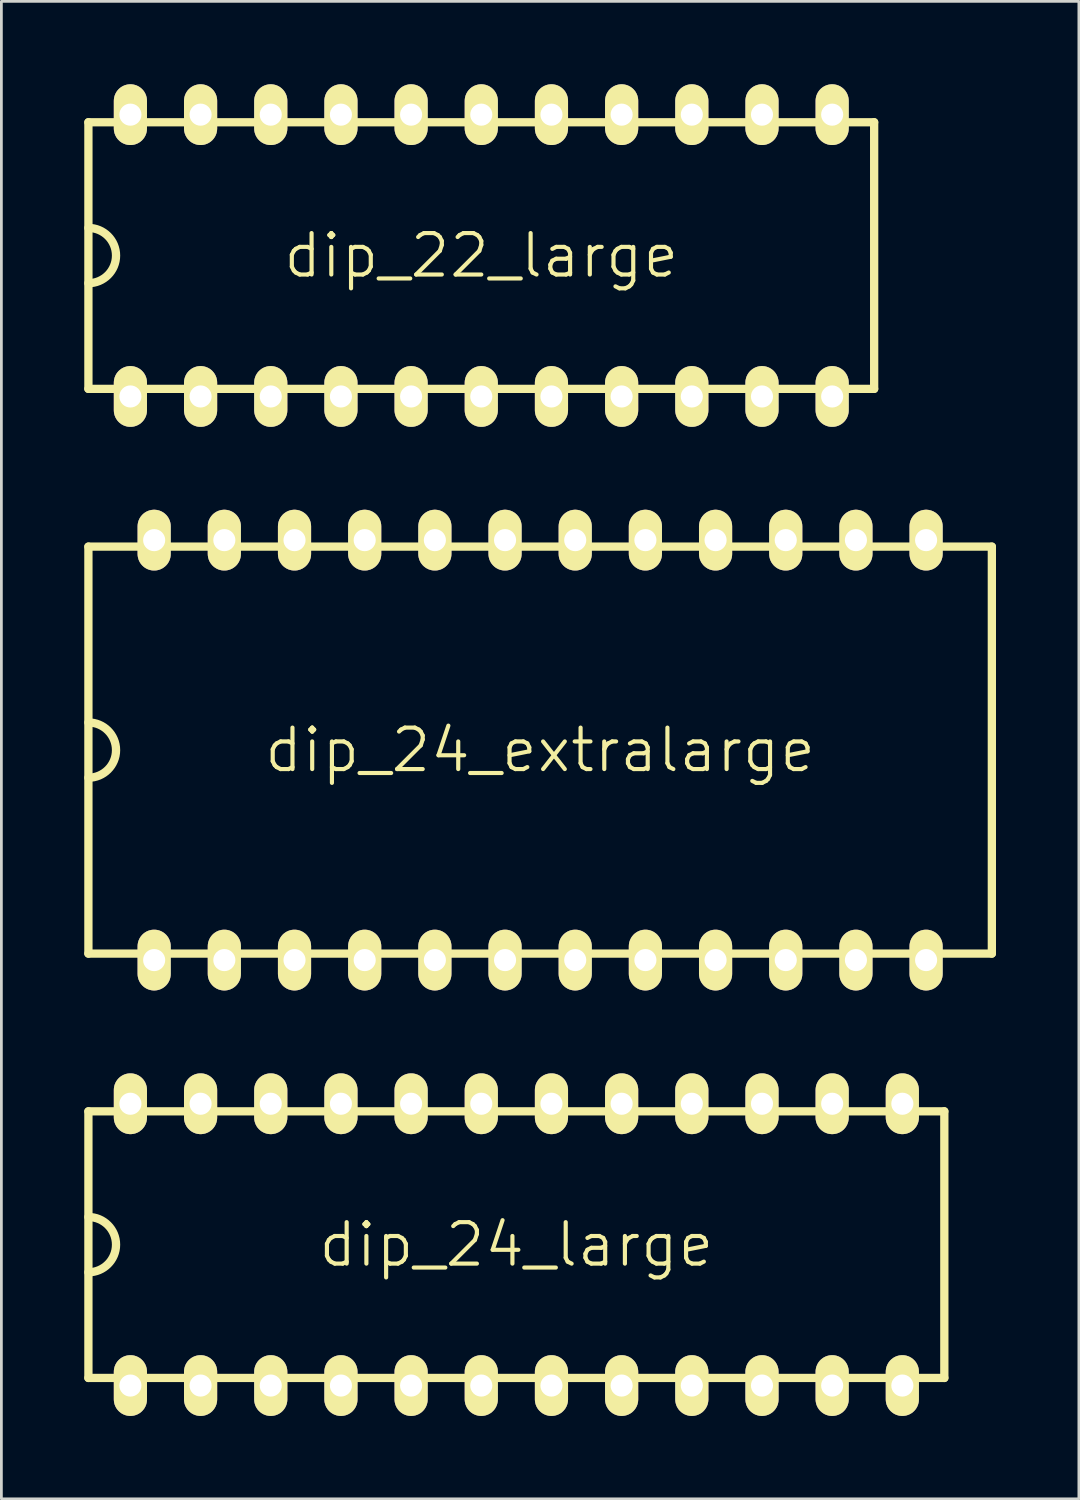
<source format=kicad_pcb>
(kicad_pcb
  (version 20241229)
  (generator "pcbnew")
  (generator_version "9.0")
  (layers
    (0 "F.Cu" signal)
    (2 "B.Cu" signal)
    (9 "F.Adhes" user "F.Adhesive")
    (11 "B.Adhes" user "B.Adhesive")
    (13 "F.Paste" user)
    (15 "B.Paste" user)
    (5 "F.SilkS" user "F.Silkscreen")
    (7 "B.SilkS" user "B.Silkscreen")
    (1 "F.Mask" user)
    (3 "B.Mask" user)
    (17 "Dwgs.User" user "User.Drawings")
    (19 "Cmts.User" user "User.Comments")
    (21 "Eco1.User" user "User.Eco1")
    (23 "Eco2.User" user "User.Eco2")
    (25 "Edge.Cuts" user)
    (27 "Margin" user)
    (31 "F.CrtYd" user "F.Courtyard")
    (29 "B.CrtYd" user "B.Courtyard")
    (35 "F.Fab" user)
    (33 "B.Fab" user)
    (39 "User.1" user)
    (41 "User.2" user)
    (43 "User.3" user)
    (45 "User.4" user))
  (footprint "dip_24_extralarge"
    (layer "F.Cu")
    (at 16.5 24.1)
    (property "Reference" "dip_24_extralarge" (at 0 0 0) (layer "F.SilkS") (effects (font (size 1.5 1.5) (thickness 0.15))))
    (attr through_hole)
    (fp_line (start -16.35 -7.365) (end 16.35 -7.365) (stroke (width 0.3) (type solid)) (layer "F.SilkS"))
    (fp_line (start -16.35 7.365) (end -16.35 -7.365) (stroke (width 0.3) (type solid)) (layer "F.SilkS"))
    (fp_line (start 16.35 -7.365) (end 16.35 7.365) (stroke (width 0.3) (type solid)) (layer "F.SilkS"))
    (fp_line (start 16.35 7.365) (end -16.35 7.365) (stroke (width 0.3) (type solid)) (layer "F.SilkS"))
    (fp_arc (start -16.35 -1) (mid -15.35 0) (end -16.35 1) (stroke (width 0.3) (type solid)) (layer "F.SilkS"))
    (pad "1" thru_hole oval (at -13.97 7.6) (size 1.2 2.2) (drill 0.8) (layers "*.Cu" "*.Mask" "F.SilkS"))
    (pad "2" thru_hole oval (at -11.43 7.6) (size 1.2 2.2) (drill 0.8) (layers "*.Cu" "*.Mask" "F.SilkS"))
    (pad "3" thru_hole oval (at -8.89 7.6) (size 1.2 2.2) (drill 0.8) (layers "*.Cu" "*.Mask" "F.SilkS"))
    (pad "4" thru_hole oval (at -6.35 7.6) (size 1.2 2.2) (drill 0.8) (layers "*.Cu" "*.Mask" "F.SilkS"))
    (pad "5" thru_hole oval (at -3.81 7.6) (size 1.2 2.2) (drill 0.8) (layers "*.Cu" "*.Mask" "F.SilkS"))
    (pad "6" thru_hole oval (at -1.27 7.6) (size 1.2 2.2) (drill 0.8) (layers "*.Cu" "*.Mask" "F.SilkS"))
    (pad "7" thru_hole oval (at 1.27 7.6) (size 1.2 2.2) (drill 0.8) (layers "*.Cu" "*.Mask" "F.SilkS"))
    (pad "8" thru_hole oval (at 3.81 7.6) (size 1.2 2.2) (drill 0.8) (layers "*.Cu" "*.Mask" "F.SilkS"))
    (pad "9" thru_hole oval (at 6.35 7.6) (size 1.2 2.2) (drill 0.8) (layers "*.Cu" "*.Mask" "F.SilkS"))
    (pad "10" thru_hole oval (at 8.89 7.6) (size 1.2 2.2) (drill 0.8) (layers "*.Cu" "*.Mask" "F.SilkS"))
    (pad "11" thru_hole oval (at 11.43 7.6) (size 1.2 2.2) (drill 0.8) (layers "*.Cu" "*.Mask" "F.SilkS"))
    (pad "12" thru_hole oval (at 13.97 7.6) (size 1.2 2.2) (drill 0.8) (layers "*.Cu" "*.Mask" "F.SilkS"))
    (pad "13" thru_hole oval (at 13.97 -7.6) (size 1.2 2.2) (drill 0.8) (layers "*.Cu" "*.Mask" "F.SilkS"))
    (pad "14" thru_hole oval (at 11.43 -7.6) (size 1.2 2.2) (drill 0.8) (layers "*.Cu" "*.Mask" "F.SilkS"))
    (pad "15" thru_hole oval (at 8.89 -7.6) (size 1.2 2.2) (drill 0.8) (layers "*.Cu" "*.Mask" "F.SilkS"))
    (pad "16" thru_hole oval (at 6.35 -7.6) (size 1.2 2.2) (drill 0.8) (layers "*.Cu" "*.Mask" "F.SilkS"))
    (pad "17" thru_hole oval (at 3.81 -7.6) (size 1.2 2.2) (drill 0.8) (layers "*.Cu" "*.Mask" "F.SilkS"))
    (pad "18" thru_hole oval (at 1.27 -7.6) (size 1.2 2.2) (drill 0.8) (layers "*.Cu" "*.Mask" "F.SilkS"))
    (pad "19" thru_hole oval (at -1.27 -7.6) (size 1.2 2.2) (drill 0.8) (layers "*.Cu" "*.Mask" "F.SilkS"))
    (pad "20" thru_hole oval (at -3.81 -7.6) (size 1.2 2.2) (drill 0.8) (layers "*.Cu" "*.Mask" "F.SilkS"))
    (pad "21" thru_hole oval (at -6.35 -7.6) (size 1.2 2.2) (drill 0.8) (layers "*.Cu" "*.Mask" "F.SilkS"))
    (pad "22" thru_hole oval (at -8.89 -7.6) (size 1.2 2.2) (drill 0.8) (layers "*.Cu" "*.Mask" "F.SilkS"))
    (pad "23" thru_hole oval (at -11.43 -7.6) (size 1.2 2.2) (drill 0.8) (layers "*.Cu" "*.Mask" "F.SilkS"))
    (pad "24" thru_hole oval (at -13.97 -7.6) (size 1.2 2.2) (drill 0.8) (layers "*.Cu" "*.Mask" "F.SilkS")))
  (footprint "dip_22_large"
    (layer "F.Cu")
    (at 14.37 6.2)
    (property "Reference" "dip_22_large" (at 0 0 0) (layer "F.SilkS") (effects (font (size 1.5 1.5) (thickness 0.15))))
    (attr through_hole)
    (fp_line (start -14.22 -4.825) (end 14.22 -4.825) (stroke (width 0.3) (type solid)) (layer "F.SilkS"))
    (fp_line (start -14.22 4.825) (end -14.22 -4.825) (stroke (width 0.3) (type solid)) (layer "F.SilkS"))
    (fp_line (start 14.22 -4.825) (end 14.22 4.825) (stroke (width 0.3) (type solid)) (layer "F.SilkS"))
    (fp_line (start 14.22 4.825) (end -14.22 4.825) (stroke (width 0.3) (type solid)) (layer "F.SilkS"))
    (fp_arc (start -14.22 -1) (mid -13.22 0) (end -14.22 1) (stroke (width 0.3) (type solid)) (layer "F.SilkS"))
    (pad "1" thru_hole oval (at -12.7 5.1) (size 1.2 2.2) (drill 0.8) (layers "*.Cu" "*.Mask" "F.SilkS"))
    (pad "2" thru_hole oval (at -10.16 5.1) (size 1.2 2.2) (drill 0.8) (layers "*.Cu" "*.Mask" "F.SilkS"))
    (pad "3" thru_hole oval (at -7.62 5.1) (size 1.2 2.2) (drill 0.8) (layers "*.Cu" "*.Mask" "F.SilkS"))
    (pad "4" thru_hole oval (at -5.08 5.1) (size 1.2 2.2) (drill 0.8) (layers "*.Cu" "*.Mask" "F.SilkS"))
    (pad "5" thru_hole oval (at -2.54 5.1) (size 1.2 2.2) (drill 0.8) (layers "*.Cu" "*.Mask" "F.SilkS"))
    (pad "6" thru_hole oval (at 0 5.1) (size 1.2 2.2) (drill 0.8) (layers "*.Cu" "*.Mask" "F.SilkS"))
    (pad "7" thru_hole oval (at 2.54 5.1) (size 1.2 2.2) (drill 0.8) (layers "*.Cu" "*.Mask" "F.SilkS"))
    (pad "8" thru_hole oval (at 5.08 5.1) (size 1.2 2.2) (drill 0.8) (layers "*.Cu" "*.Mask" "F.SilkS"))
    (pad "9" thru_hole oval (at 7.62 5.1) (size 1.2 2.2) (drill 0.8) (layers "*.Cu" "*.Mask" "F.SilkS"))
    (pad "10" thru_hole oval (at 10.16 5.1) (size 1.2 2.2) (drill 0.8) (layers "*.Cu" "*.Mask" "F.SilkS"))
    (pad "11" thru_hole oval (at 12.7 5.1) (size 1.2 2.2) (drill 0.8) (layers "*.Cu" "*.Mask" "F.SilkS"))
    (pad "12" thru_hole oval (at 12.7 -5.1) (size 1.2 2.2) (drill 0.8) (layers "*.Cu" "*.Mask" "F.SilkS"))
    (pad "13" thru_hole oval (at 10.16 -5.1) (size 1.2 2.2) (drill 0.8) (layers "*.Cu" "*.Mask" "F.SilkS"))
    (pad "14" thru_hole oval (at 7.62 -5.1) (size 1.2 2.2) (drill 0.8) (layers "*.Cu" "*.Mask" "F.SilkS"))
    (pad "15" thru_hole oval (at 5.08 -5.1) (size 1.2 2.2) (drill 0.8) (layers "*.Cu" "*.Mask" "F.SilkS"))
    (pad "16" thru_hole oval (at 2.54 -5.1) (size 1.2 2.2) (drill 0.8) (layers "*.Cu" "*.Mask" "F.SilkS"))
    (pad "17" thru_hole oval (at 0 -5.1) (size 1.2 2.2) (drill 0.8) (layers "*.Cu" "*.Mask" "F.SilkS"))
    (pad "18" thru_hole oval (at -2.54 -5.1) (size 1.2 2.2) (drill 0.8) (layers "*.Cu" "*.Mask" "F.SilkS"))
    (pad "19" thru_hole oval (at -5.08 -5.1) (size 1.2 2.2) (drill 0.8) (layers "*.Cu" "*.Mask" "F.SilkS"))
    (pad "20" thru_hole oval (at -7.62 -5.1) (size 1.2 2.2) (drill 0.8) (layers "*.Cu" "*.Mask" "F.SilkS"))
    (pad "21" thru_hole oval (at -10.16 -5.1) (size 1.2 2.2) (drill 0.8) (layers "*.Cu" "*.Mask" "F.SilkS"))
    (pad "22" thru_hole oval (at -12.7 -5.1) (size 1.2 2.2) (drill 0.8) (layers "*.Cu" "*.Mask" "F.SilkS")))
  (footprint "dip_24_large"
    (layer "F.Cu")
    (at 15.64 42)
    (property "Reference" "dip_24_large" (at 0 0 0) (layer "F.SilkS") (effects (font (size 1.5 1.5) (thickness 0.15))))
    (attr through_hole)
    (fp_line (start -15.49 -4.825) (end 15.49 -4.825) (stroke (width 0.3) (type solid)) (layer "F.SilkS"))
    (fp_line (start -15.49 4.825) (end -15.49 -4.825) (stroke (width 0.3) (type solid)) (layer "F.SilkS"))
    (fp_line (start 15.49 -4.825) (end 15.49 4.825) (stroke (width 0.3) (type solid)) (layer "F.SilkS"))
    (fp_line (start 15.49 4.825) (end -15.49 4.825) (stroke (width 0.3) (type solid)) (layer "F.SilkS"))
    (fp_arc (start -15.49 -1) (mid -14.49 0) (end -15.49 1) (stroke (width 0.3) (type solid)) (layer "F.SilkS"))
    (pad "1" thru_hole oval (at -13.97 5.1) (size 1.2 2.2) (drill 0.8) (layers "*.Cu" "*.Mask" "F.SilkS"))
    (pad "2" thru_hole oval (at -11.43 5.1) (size 1.2 2.2) (drill 0.8) (layers "*.Cu" "*.Mask" "F.SilkS"))
    (pad "3" thru_hole oval (at -8.89 5.1) (size 1.2 2.2) (drill 0.8) (layers "*.Cu" "*.Mask" "F.SilkS"))
    (pad "4" thru_hole oval (at -6.35 5.1) (size 1.2 2.2) (drill 0.8) (layers "*.Cu" "*.Mask" "F.SilkS"))
    (pad "5" thru_hole oval (at -3.81 5.1) (size 1.2 2.2) (drill 0.8) (layers "*.Cu" "*.Mask" "F.SilkS"))
    (pad "6" thru_hole oval (at -1.27 5.1) (size 1.2 2.2) (drill 0.8) (layers "*.Cu" "*.Mask" "F.SilkS"))
    (pad "7" thru_hole oval (at 1.27 5.1) (size 1.2 2.2) (drill 0.8) (layers "*.Cu" "*.Mask" "F.SilkS"))
    (pad "8" thru_hole oval (at 3.81 5.1) (size 1.2 2.2) (drill 0.8) (layers "*.Cu" "*.Mask" "F.SilkS"))
    (pad "9" thru_hole oval (at 6.35 5.1) (size 1.2 2.2) (drill 0.8) (layers "*.Cu" "*.Mask" "F.SilkS"))
    (pad "10" thru_hole oval (at 8.89 5.1) (size 1.2 2.2) (drill 0.8) (layers "*.Cu" "*.Mask" "F.SilkS"))
    (pad "11" thru_hole oval (at 11.43 5.1) (size 1.2 2.2) (drill 0.8) (layers "*.Cu" "*.Mask" "F.SilkS"))
    (pad "12" thru_hole oval (at 13.97 5.1) (size 1.2 2.2) (drill 0.8) (layers "*.Cu" "*.Mask" "F.SilkS"))
    (pad "13" thru_hole oval (at 13.97 -5.1) (size 1.2 2.2) (drill 0.8) (layers "*.Cu" "*.Mask" "F.SilkS"))
    (pad "14" thru_hole oval (at 11.43 -5.1) (size 1.2 2.2) (drill 0.8) (layers "*.Cu" "*.Mask" "F.SilkS"))
    (pad "15" thru_hole oval (at 8.89 -5.1) (size 1.2 2.2) (drill 0.8) (layers "*.Cu" "*.Mask" "F.SilkS"))
    (pad "16" thru_hole oval (at 6.35 -5.1) (size 1.2 2.2) (drill 0.8) (layers "*.Cu" "*.Mask" "F.SilkS"))
    (pad "17" thru_hole oval (at 3.81 -5.1) (size 1.2 2.2) (drill 0.8) (layers "*.Cu" "*.Mask" "F.SilkS"))
    (pad "18" thru_hole oval (at 1.27 -5.1) (size 1.2 2.2) (drill 0.8) (layers "*.Cu" "*.Mask" "F.SilkS"))
    (pad "19" thru_hole oval (at -1.27 -5.1) (size 1.2 2.2) (drill 0.8) (layers "*.Cu" "*.Mask" "F.SilkS"))
    (pad "20" thru_hole oval (at -3.81 -5.1) (size 1.2 2.2) (drill 0.8) (layers "*.Cu" "*.Mask" "F.SilkS"))
    (pad "21" thru_hole oval (at -6.35 -5.1) (size 1.2 2.2) (drill 0.8) (layers "*.Cu" "*.Mask" "F.SilkS"))
    (pad "22" thru_hole oval (at -8.89 -5.1) (size 1.2 2.2) (drill 0.8) (layers "*.Cu" "*.Mask" "F.SilkS"))
    (pad "23" thru_hole oval (at -11.43 -5.1) (size 1.2 2.2) (drill 0.8) (layers "*.Cu" "*.Mask" "F.SilkS"))
    (pad "24" thru_hole oval (at -13.97 -5.1) (size 1.2 2.2) (drill 0.8) (layers "*.Cu" "*.Mask" "F.SilkS")))
  (gr_rect
    (start -3 -3)
    (end 36 51.2)
    (stroke (width 0.1) (type default))
    (fill no)
    (layer "Edge.Cuts")))
</source>
